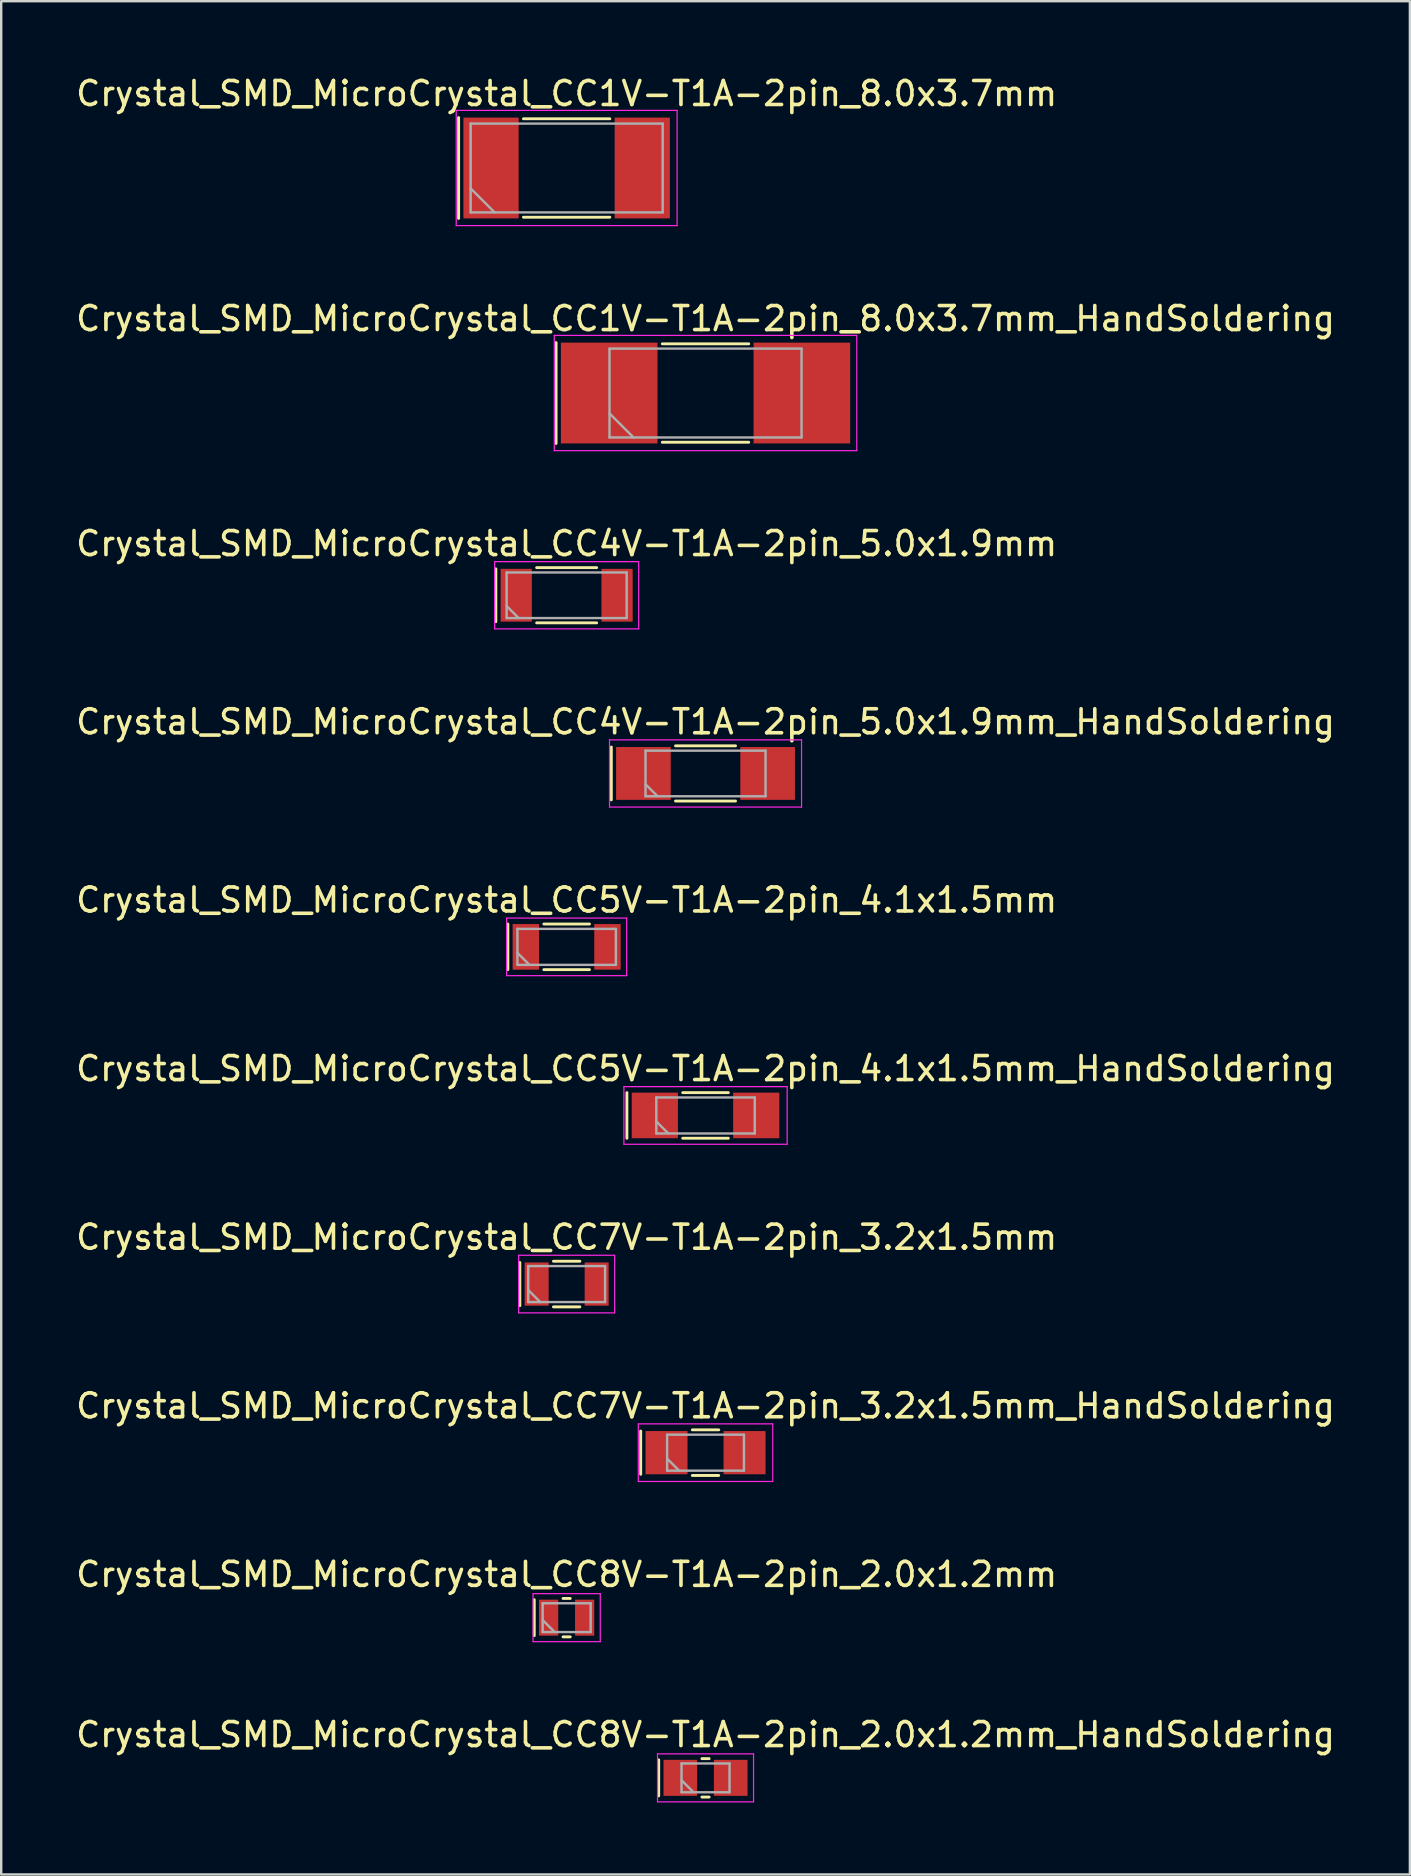
<source format=kicad_pcb>
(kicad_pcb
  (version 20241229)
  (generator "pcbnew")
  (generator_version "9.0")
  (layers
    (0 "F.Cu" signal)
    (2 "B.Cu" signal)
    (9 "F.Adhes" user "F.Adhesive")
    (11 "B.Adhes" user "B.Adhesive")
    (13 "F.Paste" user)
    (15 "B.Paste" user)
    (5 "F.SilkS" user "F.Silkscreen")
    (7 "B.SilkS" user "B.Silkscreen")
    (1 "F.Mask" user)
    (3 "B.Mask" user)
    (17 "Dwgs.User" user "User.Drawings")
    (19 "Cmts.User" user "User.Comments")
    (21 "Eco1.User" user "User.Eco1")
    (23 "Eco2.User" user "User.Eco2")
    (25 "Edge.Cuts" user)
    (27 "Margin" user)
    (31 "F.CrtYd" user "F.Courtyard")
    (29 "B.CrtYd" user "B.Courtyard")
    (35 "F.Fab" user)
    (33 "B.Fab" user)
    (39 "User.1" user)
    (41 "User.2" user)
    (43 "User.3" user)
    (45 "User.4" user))
  (footprint "Crystal_SMD_MicroCrystal_CC7V-T1A-2pin_3.2x1.5mm"
    (layer "F.Cu")
    (at 20.554 50.438)
    (property "Reference" "Crystal_SMD_MicroCrystal_CC7V-T1A-2pin_3.2x1.5mm" (at 0 -1.95 0) (layer "F.SilkS") (effects (font (size 1 1) (thickness 0.15))))
    (attr smd)
    (fp_line (start -1.95 -0.9) (end -1.95 0.9) (stroke (width 0.12) (type solid)) (layer "F.SilkS"))
    (fp_line (start -0.55 -0.95) (end 0.55 -0.95) (stroke (width 0.12) (type solid)) (layer "F.SilkS"))
    (fp_line (start -0.55 0.95) (end 0.55 0.95) (stroke (width 0.12) (type solid)) (layer "F.SilkS"))
    (fp_line (start -2 -1.2) (end -2 1.2) (stroke (width 0.05) (type solid)) (layer "F.CrtYd"))
    (fp_line (start -2 1.2) (end 2 1.2) (stroke (width 0.05) (type solid)) (layer "F.CrtYd"))
    (fp_line (start 2 -1.2) (end -2 -1.2) (stroke (width 0.05) (type solid)) (layer "F.CrtYd"))
    (fp_line (start 2 1.2) (end 2 -1.2) (stroke (width 0.05) (type solid)) (layer "F.CrtYd"))
    (fp_line (start -1.6 -0.75) (end -1.6 0.75) (stroke (width 0.1) (type solid)) (layer "F.Fab"))
    (fp_line (start -1.6 0.25) (end -1.1 0.75) (stroke (width 0.1) (type solid)) (layer "F.Fab"))
    (fp_line (start -1.6 0.75) (end 1.6 0.75) (stroke (width 0.1) (type solid)) (layer "F.Fab"))
    (fp_line (start 1.6 -0.75) (end -1.6 -0.75) (stroke (width 0.1) (type solid)) (layer "F.Fab"))
    (fp_line (start 1.6 0.75) (end 1.6 -0.75) (stroke (width 0.1) (type solid)) (layer "F.Fab"))
    (pad "1" smd rect (at -1.25 0) (size 1 1.8) (layers "F.Cu" "F.Mask"))
    (pad "2" smd rect (at 1.25 0) (size 1 1.8) (layers "F.Cu" "F.Mask")))
  (footprint "Crystal_SMD_MicroCrystal_CC5V-T1A-2pin_4.1x1.5mm_HandSoldering"
    (layer "F.Cu")
    (at 26.339 43.414)
    (property "Reference" "Crystal_SMD_MicroCrystal_CC5V-T1A-2pin_4.1x1.5mm_HandSoldering" (at 0 -1.95 0) (layer "F.SilkS") (effects (font (size 1 1) (thickness 0.15))))
    (attr smd)
    (fp_line (start -3.275 -0.95) (end -3.275 0.95) (stroke (width 0.12) (type solid)) (layer "F.SilkS"))
    (fp_line (start -0.95 -0.95) (end 0.95 -0.95) (stroke (width 0.12) (type solid)) (layer "F.SilkS"))
    (fp_line (start -0.95 0.95) (end 0.95 0.95) (stroke (width 0.12) (type solid)) (layer "F.SilkS"))
    (fp_line (start -3.4 -1.2) (end -3.4 1.2) (stroke (width 0.05) (type solid)) (layer "F.CrtYd"))
    (fp_line (start -3.4 1.2) (end 3.4 1.2) (stroke (width 0.05) (type solid)) (layer "F.CrtYd"))
    (fp_line (start 3.4 -1.2) (end -3.4 -1.2) (stroke (width 0.05) (type solid)) (layer "F.CrtYd"))
    (fp_line (start 3.4 1.2) (end 3.4 -1.2) (stroke (width 0.05) (type solid)) (layer "F.CrtYd"))
    (fp_line (start -2.05 -0.75) (end -2.05 0.75) (stroke (width 0.1) (type solid)) (layer "F.Fab"))
    (fp_line (start -2.05 0.25) (end -1.55 0.75) (stroke (width 0.1) (type solid)) (layer "F.Fab"))
    (fp_line (start -2.05 0.75) (end 2.05 0.75) (stroke (width 0.1) (type solid)) (layer "F.Fab"))
    (fp_line (start 2.05 -0.75) (end -2.05 -0.75) (stroke (width 0.1) (type solid)) (layer "F.Fab"))
    (fp_line (start 2.05 0.75) (end 2.05 -0.75) (stroke (width 0.1) (type solid)) (layer "F.Fab"))
    (pad "1" smd rect (at -2.112 0) (size 1.925 1.9) (layers "F.Cu" "F.Mask"))
    (pad "2" smd rect (at 2.112 0) (size 1.925 1.9) (layers "F.Cu" "F.Mask")))
  (footprint "Crystal_SMD_MicroCrystal_CC5V-T1A-2pin_4.1x1.5mm"
    (layer "F.Cu")
    (at 20.554 36.391)
    (property "Reference" "Crystal_SMD_MicroCrystal_CC5V-T1A-2pin_4.1x1.5mm" (at 0 -1.95 0) (layer "F.SilkS") (effects (font (size 1 1) (thickness 0.15))))
    (attr smd)
    (fp_line (start -2.45 -0.95) (end -2.45 0.95) (stroke (width 0.12) (type solid)) (layer "F.SilkS"))
    (fp_line (start -0.95 -0.95) (end 0.95 -0.95) (stroke (width 0.12) (type solid)) (layer "F.SilkS"))
    (fp_line (start -0.95 0.95) (end 0.95 0.95) (stroke (width 0.12) (type solid)) (layer "F.SilkS"))
    (fp_line (start -2.5 -1.2) (end -2.5 1.2) (stroke (width 0.05) (type solid)) (layer "F.CrtYd"))
    (fp_line (start -2.5 1.2) (end 2.5 1.2) (stroke (width 0.05) (type solid)) (layer "F.CrtYd"))
    (fp_line (start 2.5 -1.2) (end -2.5 -1.2) (stroke (width 0.05) (type solid)) (layer "F.CrtYd"))
    (fp_line (start 2.5 1.2) (end 2.5 -1.2) (stroke (width 0.05) (type solid)) (layer "F.CrtYd"))
    (fp_line (start -2.05 -0.75) (end -2.05 0.75) (stroke (width 0.1) (type solid)) (layer "F.Fab"))
    (fp_line (start -2.05 0.25) (end -1.55 0.75) (stroke (width 0.1) (type solid)) (layer "F.Fab"))
    (fp_line (start -2.05 0.75) (end 2.05 0.75) (stroke (width 0.1) (type solid)) (layer "F.Fab"))
    (fp_line (start 2.05 -0.75) (end -2.05 -0.75) (stroke (width 0.1) (type solid)) (layer "F.Fab"))
    (fp_line (start 2.05 0.75) (end 2.05 -0.75) (stroke (width 0.1) (type solid)) (layer "F.Fab"))
    (pad "1" smd rect (at -1.7 0) (size 1.1 1.9) (layers "F.Cu" "F.Mask"))
    (pad "2" smd rect (at 1.7 0) (size 1.1 1.9) (layers "F.Cu" "F.Mask")))
  (footprint "Crystal_SMD_MicroCrystal_CC7V-T1A-2pin_3.2x1.5mm_HandSoldering"
    (layer "F.Cu")
    (at 26.339 57.461)
    (property "Reference" "Crystal_SMD_MicroCrystal_CC7V-T1A-2pin_3.2x1.5mm_HandSoldering" (at 0 -1.95 0) (layer "F.SilkS") (effects (font (size 1 1) (thickness 0.15))))
    (attr smd)
    (fp_line (start -2.7 -0.9) (end -2.7 0.9) (stroke (width 0.12) (type solid)) (layer "F.SilkS"))
    (fp_line (start -0.55 -0.95) (end 0.55 -0.95) (stroke (width 0.12) (type solid)) (layer "F.SilkS"))
    (fp_line (start -0.55 0.95) (end 0.55 0.95) (stroke (width 0.12) (type solid)) (layer "F.SilkS"))
    (fp_line (start -2.8 -1.2) (end -2.8 1.2) (stroke (width 0.05) (type solid)) (layer "F.CrtYd"))
    (fp_line (start -2.8 1.2) (end 2.8 1.2) (stroke (width 0.05) (type solid)) (layer "F.CrtYd"))
    (fp_line (start 2.8 -1.2) (end -2.8 -1.2) (stroke (width 0.05) (type solid)) (layer "F.CrtYd"))
    (fp_line (start 2.8 1.2) (end 2.8 -1.2) (stroke (width 0.05) (type solid)) (layer "F.CrtYd"))
    (fp_line (start -1.6 -0.75) (end -1.6 0.75) (stroke (width 0.1) (type solid)) (layer "F.Fab"))
    (fp_line (start -1.6 0.25) (end -1.1 0.75) (stroke (width 0.1) (type solid)) (layer "F.Fab"))
    (fp_line (start -1.6 0.75) (end 1.6 0.75) (stroke (width 0.1) (type solid)) (layer "F.Fab"))
    (fp_line (start 1.6 -0.75) (end -1.6 -0.75) (stroke (width 0.1) (type solid)) (layer "F.Fab"))
    (fp_line (start 1.6 0.75) (end 1.6 -0.75) (stroke (width 0.1) (type solid)) (layer "F.Fab"))
    (pad "1" smd rect (at -1.625 0) (size 1.75 1.8) (layers "F.Cu" "F.Mask"))
    (pad "2" smd rect (at 1.625 0) (size 1.75 1.8) (layers "F.Cu" "F.Mask")))
  (footprint "Crystal_SMD_MicroCrystal_CC1V-T1A-2pin_8.0x3.7mm"
    (layer "F.Cu")
    (at 20.554 3.948)
    (property "Reference" "Crystal_SMD_MicroCrystal_CC1V-T1A-2pin_8.0x3.7mm" (at 0 -3.1 0) (layer "F.SilkS") (effects (font (size 1 1) (thickness 0.15))))
    (attr smd)
    (fp_line (start -4.5 -2.1) (end -4.5 2.1) (stroke (width 0.12) (type solid)) (layer "F.SilkS"))
    (fp_line (start -1.8 -2.05) (end 1.8 -2.05) (stroke (width 0.12) (type solid)) (layer "F.SilkS"))
    (fp_line (start -1.8 2.05) (end 1.8 2.05) (stroke (width 0.12) (type solid)) (layer "F.SilkS"))
    (fp_line (start -4.6 -2.4) (end -4.6 2.4) (stroke (width 0.05) (type solid)) (layer "F.CrtYd"))
    (fp_line (start -4.6 2.4) (end 4.6 2.4) (stroke (width 0.05) (type solid)) (layer "F.CrtYd"))
    (fp_line (start 4.6 -2.4) (end -4.6 -2.4) (stroke (width 0.05) (type solid)) (layer "F.CrtYd"))
    (fp_line (start 4.6 2.4) (end 4.6 -2.4) (stroke (width 0.05) (type solid)) (layer "F.CrtYd"))
    (fp_line (start -4 -1.85) (end -4 1.85) (stroke (width 0.1) (type solid)) (layer "F.Fab"))
    (fp_line (start -4 0.85) (end -3 1.85) (stroke (width 0.1) (type solid)) (layer "F.Fab"))
    (fp_line (start -4 1.85) (end 4 1.85) (stroke (width 0.1) (type solid)) (layer "F.Fab"))
    (fp_line (start 4 -1.85) (end -4 -1.85) (stroke (width 0.1) (type solid)) (layer "F.Fab"))
    (fp_line (start 4 1.85) (end 4 -1.85) (stroke (width 0.1) (type solid)) (layer "F.Fab"))
    (pad "1" smd rect (at -3.15 0) (size 2.3 4.2) (layers "F.Cu" "F.Mask"))
    (pad "2" smd rect (at 3.15 0) (size 2.3 4.2) (layers "F.Cu" "F.Mask")))
  (footprint "Crystal_SMD_MicroCrystal_CC1V-T1A-2pin_8.0x3.7mm_HandSoldering"
    (layer "F.Cu")
    (at 26.339 13.322)
    (property "Reference" "Crystal_SMD_MicroCrystal_CC1V-T1A-2pin_8.0x3.7mm_HandSoldering" (at 0 -3.1 0) (layer "F.SilkS") (effects (font (size 1 1) (thickness 0.15))))
    (attr smd)
    (fp_line (start -6.225 -2.1) (end -6.225 2.1) (stroke (width 0.12) (type solid)) (layer "F.SilkS"))
    (fp_line (start -1.8 -2.05) (end 1.8 -2.05) (stroke (width 0.12) (type solid)) (layer "F.SilkS"))
    (fp_line (start -1.8 2.05) (end 1.8 2.05) (stroke (width 0.12) (type solid)) (layer "F.SilkS"))
    (fp_line (start -6.3 -2.4) (end -6.3 2.4) (stroke (width 0.05) (type solid)) (layer "F.CrtYd"))
    (fp_line (start -6.3 2.4) (end 6.3 2.4) (stroke (width 0.05) (type solid)) (layer "F.CrtYd"))
    (fp_line (start 6.3 -2.4) (end -6.3 -2.4) (stroke (width 0.05) (type solid)) (layer "F.CrtYd"))
    (fp_line (start 6.3 2.4) (end 6.3 -2.4) (stroke (width 0.05) (type solid)) (layer "F.CrtYd"))
    (fp_line (start -4 -1.85) (end -4 1.85) (stroke (width 0.1) (type solid)) (layer "F.Fab"))
    (fp_line (start -4 0.85) (end -3 1.85) (stroke (width 0.1) (type solid)) (layer "F.Fab"))
    (fp_line (start -4 1.85) (end 4 1.85) (stroke (width 0.1) (type solid)) (layer "F.Fab"))
    (fp_line (start 4 -1.85) (end -4 -1.85) (stroke (width 0.1) (type solid)) (layer "F.Fab"))
    (fp_line (start 4 1.85) (end 4 -1.85) (stroke (width 0.1) (type solid)) (layer "F.Fab"))
    (pad "1" smd rect (at -4.013 0) (size 4.025 4.2) (layers "F.Cu" "F.Mask"))
    (pad "2" smd rect (at 4.013 0) (size 4.025 4.2) (layers "F.Cu" "F.Mask")))
  (footprint "Crystal_SMD_MicroCrystal_CC8V-T1A-2pin_2.0x1.2mm_HandSoldering"
    (layer "F.Cu")
    (at 26.339 71.007)
    (property "Reference" "Crystal_SMD_MicroCrystal_CC8V-T1A-2pin_2.0x1.2mm_HandSoldering" (at 0 -1.8 0) (layer "F.SilkS") (effects (font (size 1 1) (thickness 0.15))))
    (attr smd)
    (fp_line (start -1.95 -0.75) (end -1.95 0.75) (stroke (width 0.12) (type solid)) (layer "F.SilkS"))
    (fp_line (start -0.15 -0.8) (end 0.15 -0.8) (stroke (width 0.12) (type solid)) (layer "F.SilkS"))
    (fp_line (start -0.15 0.8) (end 0.15 0.8) (stroke (width 0.12) (type solid)) (layer "F.SilkS"))
    (fp_line (start -2 -1) (end -2 1) (stroke (width 0.05) (type solid)) (layer "F.CrtYd"))
    (fp_line (start -2 1) (end 2 1) (stroke (width 0.05) (type solid)) (layer "F.CrtYd"))
    (fp_line (start 2 -1) (end -2 -1) (stroke (width 0.05) (type solid)) (layer "F.CrtYd"))
    (fp_line (start 2 1) (end 2 -1) (stroke (width 0.05) (type solid)) (layer "F.CrtYd"))
    (fp_line (start -1 -0.6) (end -1 0.6) (stroke (width 0.1) (type solid)) (layer "F.Fab"))
    (fp_line (start -1 0.1) (end -0.5 0.6) (stroke (width 0.1) (type solid)) (layer "F.Fab"))
    (fp_line (start -1 0.6) (end 1 0.6) (stroke (width 0.1) (type solid)) (layer "F.Fab"))
    (fp_line (start 1 -0.6) (end -1 -0.6) (stroke (width 0.1) (type solid)) (layer "F.Fab"))
    (fp_line (start 1 0.6) (end 1 -0.6) (stroke (width 0.1) (type solid)) (layer "F.Fab"))
    (pad "1" smd rect (at -1.05 0) (size 1.4 1.5) (layers "F.Cu" "F.Mask"))
    (pad "2" smd rect (at 1.05 0) (size 1.4 1.5) (layers "F.Cu" "F.Mask")))
  (footprint "Crystal_SMD_MicroCrystal_CC4V-T1A-2pin_5.0x1.9mm"
    (layer "F.Cu")
    (at 20.554 21.745)
    (property "Reference" "Crystal_SMD_MicroCrystal_CC4V-T1A-2pin_5.0x1.9mm" (at 0 -2.15 0) (layer "F.SilkS") (effects (font (size 1 1) (thickness 0.15))))
    (attr smd)
    (fp_line (start -2.95 -1.1) (end -2.95 1.1) (stroke (width 0.12) (type solid)) (layer "F.SilkS"))
    (fp_line (start -1.25 -1.15) (end 1.25 -1.15) (stroke (width 0.12) (type solid)) (layer "F.SilkS"))
    (fp_line (start -1.25 1.15) (end 1.25 1.15) (stroke (width 0.12) (type solid)) (layer "F.SilkS"))
    (fp_line (start -3 -1.4) (end -3 1.4) (stroke (width 0.05) (type solid)) (layer "F.CrtYd"))
    (fp_line (start -3 1.4) (end 3 1.4) (stroke (width 0.05) (type solid)) (layer "F.CrtYd"))
    (fp_line (start 3 -1.4) (end -3 -1.4) (stroke (width 0.05) (type solid)) (layer "F.CrtYd"))
    (fp_line (start 3 1.4) (end 3 -1.4) (stroke (width 0.05) (type solid)) (layer "F.CrtYd"))
    (fp_line (start -2.5 -0.95) (end -2.5 0.95) (stroke (width 0.1) (type solid)) (layer "F.Fab"))
    (fp_line (start -2.5 0.45) (end -2 0.95) (stroke (width 0.1) (type solid)) (layer "F.Fab"))
    (fp_line (start -2.5 0.95) (end 2.5 0.95) (stroke (width 0.1) (type solid)) (layer "F.Fab"))
    (fp_line (start 2.5 -0.95) (end -2.5 -0.95) (stroke (width 0.1) (type solid)) (layer "F.Fab"))
    (fp_line (start 2.5 0.95) (end 2.5 -0.95) (stroke (width 0.1) (type solid)) (layer "F.Fab"))
    (pad "1" smd rect (at -2.1 0) (size 1.3 2.2) (layers "F.Cu" "F.Mask"))
    (pad "2" smd rect (at 2.1 0) (size 1.3 2.2) (layers "F.Cu" "F.Mask")))
  (footprint "Crystal_SMD_MicroCrystal_CC4V-T1A-2pin_5.0x1.9mm_HandSoldering"
    (layer "F.Cu")
    (at 26.339 29.168)
    (property "Reference" "Crystal_SMD_MicroCrystal_CC4V-T1A-2pin_5.0x1.9mm_HandSoldering" (at 0 -2.15 0) (layer "F.SilkS") (effects (font (size 1 1) (thickness 0.15))))
    (attr smd)
    (fp_line (start -3.925 -1.1) (end -3.925 1.1) (stroke (width 0.12) (type solid)) (layer "F.SilkS"))
    (fp_line (start -1.25 -1.15) (end 1.25 -1.15) (stroke (width 0.12) (type solid)) (layer "F.SilkS"))
    (fp_line (start -1.25 1.15) (end 1.25 1.15) (stroke (width 0.12) (type solid)) (layer "F.SilkS"))
    (fp_line (start -4 -1.4) (end -4 1.4) (stroke (width 0.05) (type solid)) (layer "F.CrtYd"))
    (fp_line (start -4 1.4) (end 4 1.4) (stroke (width 0.05) (type solid)) (layer "F.CrtYd"))
    (fp_line (start 4 -1.4) (end -4 -1.4) (stroke (width 0.05) (type solid)) (layer "F.CrtYd"))
    (fp_line (start 4 1.4) (end 4 -1.4) (stroke (width 0.05) (type solid)) (layer "F.CrtYd"))
    (fp_line (start -2.5 -0.95) (end -2.5 0.95) (stroke (width 0.1) (type solid)) (layer "F.Fab"))
    (fp_line (start -2.5 0.45) (end -2 0.95) (stroke (width 0.1) (type solid)) (layer "F.Fab"))
    (fp_line (start -2.5 0.95) (end 2.5 0.95) (stroke (width 0.1) (type solid)) (layer "F.Fab"))
    (fp_line (start 2.5 -0.95) (end -2.5 -0.95) (stroke (width 0.1) (type solid)) (layer "F.Fab"))
    (fp_line (start 2.5 0.95) (end 2.5 -0.95) (stroke (width 0.1) (type solid)) (layer "F.Fab"))
    (pad "1" smd rect (at -2.587 0) (size 2.275 2.2) (layers "F.Cu" "F.Mask"))
    (pad "2" smd rect (at 2.587 0) (size 2.275 2.2) (layers "F.Cu" "F.Mask")))
  (footprint "Crystal_SMD_MicroCrystal_CC8V-T1A-2pin_2.0x1.2mm"
    (layer "F.Cu")
    (at 20.554 64.334)
    (property "Reference" "Crystal_SMD_MicroCrystal_CC8V-T1A-2pin_2.0x1.2mm" (at 0 -1.8 0) (layer "F.SilkS") (effects (font (size 1 1) (thickness 0.15))))
    (attr smd)
    (fp_line (start -1.35 -0.75) (end -1.35 0.75) (stroke (width 0.12) (type solid)) (layer "F.SilkS"))
    (fp_line (start -0.15 -0.8) (end 0.15 -0.8) (stroke (width 0.12) (type solid)) (layer "F.SilkS"))
    (fp_line (start -0.15 0.8) (end 0.15 0.8) (stroke (width 0.12) (type solid)) (layer "F.SilkS"))
    (fp_line (start -1.4 -1) (end -1.4 1) (stroke (width 0.05) (type solid)) (layer "F.CrtYd"))
    (fp_line (start -1.4 1) (end 1.4 1) (stroke (width 0.05) (type solid)) (layer "F.CrtYd"))
    (fp_line (start 1.4 -1) (end -1.4 -1) (stroke (width 0.05) (type solid)) (layer "F.CrtYd"))
    (fp_line (start 1.4 1) (end 1.4 -1) (stroke (width 0.05) (type solid)) (layer "F.CrtYd"))
    (fp_line (start -1 -0.6) (end -1 0.6) (stroke (width 0.1) (type solid)) (layer "F.Fab"))
    (fp_line (start -1 0.1) (end -0.5 0.6) (stroke (width 0.1) (type solid)) (layer "F.Fab"))
    (fp_line (start -1 0.6) (end 1 0.6) (stroke (width 0.1) (type solid)) (layer "F.Fab"))
    (fp_line (start 1 -0.6) (end -1 -0.6) (stroke (width 0.1) (type solid)) (layer "F.Fab"))
    (fp_line (start 1 0.6) (end 1 -0.6) (stroke (width 0.1) (type solid)) (layer "F.Fab"))
    (pad "1" smd rect (at -0.75 0) (size 0.8 1.5) (layers "F.Cu" "F.Mask"))
    (pad "2" smd rect (at 0.75 0) (size 0.8 1.5) (layers "F.Cu" "F.Mask")))
  (gr_rect
    (start -3 -3)
    (end 55.679 75.032)
    (stroke (width 0.1) (type default))
    (fill no)
    (layer "Edge.Cuts")))
</source>
